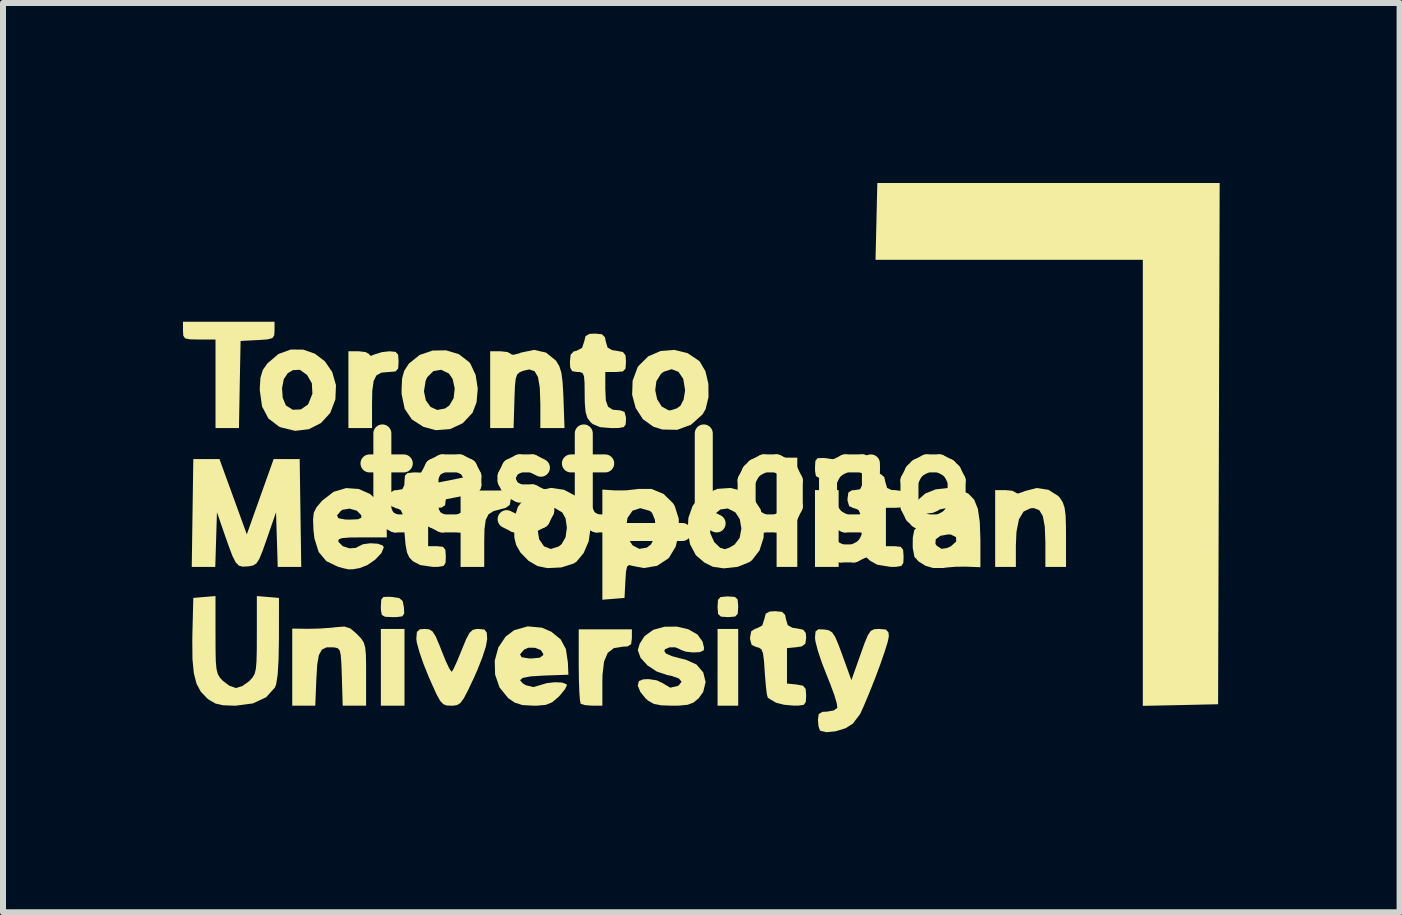
<source format=kicad_pcb>
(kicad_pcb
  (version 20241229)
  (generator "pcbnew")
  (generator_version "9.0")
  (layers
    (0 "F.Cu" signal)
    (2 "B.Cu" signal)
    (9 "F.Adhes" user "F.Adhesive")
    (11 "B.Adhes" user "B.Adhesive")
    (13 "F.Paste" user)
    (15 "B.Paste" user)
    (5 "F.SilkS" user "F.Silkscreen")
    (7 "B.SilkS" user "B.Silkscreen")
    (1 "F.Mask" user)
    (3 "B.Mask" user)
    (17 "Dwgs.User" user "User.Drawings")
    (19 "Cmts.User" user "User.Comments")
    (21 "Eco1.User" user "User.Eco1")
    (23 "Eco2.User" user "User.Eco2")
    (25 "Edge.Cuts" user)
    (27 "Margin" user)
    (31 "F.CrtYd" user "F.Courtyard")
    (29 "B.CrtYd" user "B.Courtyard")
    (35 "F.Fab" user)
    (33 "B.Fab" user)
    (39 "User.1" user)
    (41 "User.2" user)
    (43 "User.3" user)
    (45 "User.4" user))
  (footprint "test_logo"
    (layer "F.Cu")
    (at 8.073 4.996)
    (property "Reference" "test_logo" (at 0 0 0) (layer "F.SilkS") (effects (font (size 1.5 1.5) (thickness 0.3))))
    (attr board_only exclude_from_pos_files exclude_from_bom)
    (fp_poly (pts (xy -4.381 3.077) (xy -4.381 3.716) (xy -4.578 3.716) (xy -4.775 3.716) (xy -4.775 3.077) (xy -4.775 2.437) (xy -4.578 2.437) (xy -4.381 2.437)) (stroke (width 0) (type solid)) (fill yes) (layer "F.SilkS"))
    (fp_poly (pts (xy 1.181 3.077) (xy 1.181 3.716) (xy 1.009 3.716) (xy 0.837 3.716) (xy 0.837 3.077) (xy 0.837 2.437) (xy 1.009 2.437) (xy 1.181 2.437)) (stroke (width 0) (type solid)) (fill yes) (layer "F.SilkS"))
    (fp_poly (pts (xy 2.166 0.492) (xy 2.166 1.403) (xy 1.994 1.403) (xy 1.821 1.403) (xy 1.821 0.492) (xy 1.821 -0.418) (xy 1.994 -0.418) (xy 2.166 -0.418)) (stroke (width 0) (type solid)) (fill yes) (layer "F.SilkS"))
    (fp_poly (pts (xy 2.855 0.763) (xy 2.855 1.403) (xy 2.658 1.403) (xy 2.461 1.403) (xy 2.461 0.763) (xy 2.461 0.123) (xy 2.658 0.123) (xy 2.855 0.123)) (stroke (width 0) (type solid)) (fill yes) (layer "F.SilkS"))
    (fp_poly (pts (xy 9.193 -0.652) (xy 9.18 3.692) (xy 8.553 3.706) (xy 7.925 3.719) (xy 7.925 0.001) (xy 7.925 -3.716) (xy 5.698 -3.716) (xy 3.47 -3.716) (xy 3.485 -4.356) (xy 3.5 -4.996) (xy 6.353 -4.996) (xy 9.206 -4.996)) (stroke (width 0) (type solid)) (fill yes) (layer "F.SilkS"))
    (fp_poly (pts (xy -4.59 1.904) (xy -4.468 1.923) (xy -4.412 1.971) (xy -4.391 2.075) (xy -4.39 2.08) (xy -4.386 2.182) (xy -4.418 2.227) (xy -4.511 2.239) (xy -4.575 2.24) (xy -4.702 2.235) (xy -4.759 2.204) (xy -4.774 2.121) (xy -4.775 2.064) (xy -4.769 1.95) (xy -4.733 1.904) (xy -4.636 1.901)) (stroke (width 0) (type solid)) (fill yes) (layer "F.SilkS"))
    (fp_poly (pts (xy -2.609 0.268) (xy -2.626 0.369) (xy -2.696 0.42) (xy -2.764 0.437) (xy -2.896 0.472) (xy -2.98 0.526) (xy -3.027 0.62) (xy -3.048 0.773) (xy -3.052 0.991) (xy -3.052 1.403) (xy -3.249 1.403) (xy -3.446 1.403) (xy -3.446 0.767) (xy -3.446 0.132) (xy -3.027 0.13) (xy -2.609 0.129)) (stroke (width 0) (type solid)) (fill yes) (layer "F.SilkS"))
    (fp_poly (pts (xy 1.125 1.903) (xy 1.172 1.946) (xy 1.181 2.054) (xy 1.181 2.067) (xy 1.174 2.183) (xy 1.131 2.23) (xy 1.022 2.24) (xy 1.009 2.24) (xy 0.894 2.232) (xy 0.846 2.189) (xy 0.837 2.081) (xy 0.837 2.067) (xy 0.844 1.952) (xy 0.887 1.905) (xy 0.996 1.895) (xy 1.009 1.895)) (stroke (width 0) (type solid)) (fill yes) (layer "F.SilkS"))
    (fp_poly (pts (xy 2.646 -0.409) (xy 2.768 -0.39) (xy 2.824 -0.343) (xy 2.845 -0.239) (xy 2.846 -0.234) (xy 2.85 -0.132) (xy 2.818 -0.086) (xy 2.726 -0.074) (xy 2.661 -0.074) (xy 2.534 -0.079) (xy 2.477 -0.11) (xy 2.462 -0.192) (xy 2.461 -0.249) (xy 2.467 -0.363) (xy 2.503 -0.409) (xy 2.6 -0.413)) (stroke (width 0) (type solid)) (fill yes) (layer "F.SilkS"))
    (fp_poly (pts (xy -6.547 -2.538) (xy -6.552 -2.456) (xy -6.583 -2.411) (xy -6.663 -2.389) (xy -6.816 -2.378) (xy -6.83 -2.378) (xy -7.113 -2.363) (xy -7.127 -1.637) (xy -7.14 -0.911) (xy -7.336 -0.911) (xy -7.531 -0.911) (xy -7.531 -1.649) (xy -7.531 -2.387) (xy -7.802 -2.387) (xy -7.957 -2.39) (xy -8.037 -2.406) (xy -8.068 -2.449) (xy -8.073 -2.533) (xy -8.073 -2.535) (xy -8.073 -2.683) (xy -7.31 -2.683) (xy -6.547 -2.683)) (stroke (width 0) (type solid)) (fill yes) (layer "F.SilkS"))
    (fp_poly (pts (xy -0.591 2.588) (xy -0.603 2.69) (xy -0.662 2.728) (xy -0.738 2.732) (xy -0.89 2.756) (xy -0.993 2.835) (xy -1.055 2.981) (xy -1.081 3.205) (xy -1.083 3.323) (xy -1.083 3.716) (xy -1.247 3.716) (xy -1.369 3.707) (xy -1.442 3.686) (xy -1.444 3.684) (xy -1.457 3.624) (xy -1.467 3.487) (xy -1.474 3.291) (xy -1.477 3.058) (xy -1.477 3.047) (xy -1.477 2.444) (xy -1.034 2.444) (xy -0.591 2.444)) (stroke (width 0) (type solid)) (fill yes) (layer "F.SilkS"))
    (fp_poly (pts (xy -5.03 -2.178) (xy -4.973 -2.146) (xy -4.972 -2.14) (xy -4.942 -2.114) (xy -4.876 -2.14) (xy -4.757 -2.177) (xy -4.63 -2.191) (xy -4.529 -2.181) (xy -4.487 -2.133) (xy -4.479 -2.018) (xy -4.487 -1.903) (xy -4.53 -1.855) (xy -4.635 -1.846) (xy -4.642 -1.846) (xy -4.767 -1.835) (xy -4.849 -1.789) (xy -4.896 -1.694) (xy -4.918 -1.531) (xy -4.922 -1.319) (xy -4.922 -0.911) (xy -5.119 -0.911) (xy -5.316 -0.911) (xy -5.316 -1.551) (xy -5.316 -2.191) (xy -5.144 -2.191)) (stroke (width 0) (type solid)) (fill yes) (layer "F.SilkS"))
    (fp_poly (pts (xy -7.237 0.233) (xy -7.009 0.86) (xy -6.786 0.233) (xy -6.562 -0.394) (xy -6.345 -0.394) (xy -6.128 -0.394) (xy -6.115 0.505) (xy -6.102 1.403) (xy -6.298 1.403) (xy -6.494 1.403) (xy -6.508 0.948) (xy -6.522 0.492) (xy -6.675 0.935) (xy -6.748 1.141) (xy -6.802 1.272) (xy -6.85 1.345) (xy -6.904 1.379) (xy -6.977 1.393) (xy -6.99 1.394) (xy -7.077 1.399) (xy -7.141 1.382) (xy -7.195 1.327) (xy -7.249 1.221) (xy -7.314 1.047) (xy -7.371 0.886) (xy -7.507 0.492) (xy -7.521 0.948) (xy -7.535 1.403) (xy -7.731 1.403) (xy -7.927 1.403) (xy -7.914 0.505) (xy -7.901 -0.394) (xy -7.683 -0.394) (xy -7.465 -0.394)) (stroke (width 0) (type solid)) (fill yes) (layer "F.SilkS"))
    (fp_poly (pts (xy -5.284 2.428) (xy -5.178 2.518) (xy -5.17 2.526) (xy -5.104 2.596) (xy -5.061 2.661) (xy -5.036 2.745) (xy -5.024 2.87) (xy -5.021 3.058) (xy -5.021 3.196) (xy -5.021 3.716) (xy -5.216 3.716) (xy -5.411 3.716) (xy -5.425 3.237) (xy -5.433 3.016) (xy -5.443 2.876) (xy -5.461 2.796) (xy -5.493 2.759) (xy -5.542 2.746) (xy -5.562 2.744) (xy -5.679 2.744) (xy -5.758 2.781) (xy -5.808 2.873) (xy -5.836 3.032) (xy -5.85 3.272) (xy -5.868 3.716) (xy -6.06 3.716) (xy -6.252 3.716) (xy -6.252 3.074) (xy -6.252 2.431) (xy -5.993 2.435) (xy -5.793 2.43) (xy -5.593 2.416) (xy -5.527 2.408) (xy -5.383 2.397)) (stroke (width 0) (type solid)) (fill yes) (layer "F.SilkS"))
    (fp_poly (pts (xy 6.353 0.118) (xy 6.516 0.222) (xy 6.545 0.255) (xy 6.591 0.327) (xy 6.621 0.416) (xy 6.638 0.543) (xy 6.644 0.733) (xy 6.645 0.893) (xy 6.645 1.403) (xy 6.473 1.403) (xy 6.301 1.403) (xy 6.301 0.994) (xy 6.291 0.733) (xy 6.259 0.558) (xy 6.2 0.458) (xy 6.11 0.423) (xy 6.053 0.426) (xy 5.938 0.48) (xy 5.861 0.608) (xy 5.819 0.817) (xy 5.809 1.046) (xy 5.809 1.403) (xy 5.636 1.403) (xy 5.464 1.403) (xy 5.464 0.763) (xy 5.464 0.123) (xy 5.636 0.123) (xy 5.75 0.134) (xy 5.807 0.163) (xy 5.809 0.169) (xy 5.846 0.18) (xy 5.939 0.148) (xy 5.959 0.139) (xy 6.156 0.088)) (stroke (width 0) (type solid)) (fill yes) (layer "F.SilkS"))
    (fp_poly (pts (xy -2.021 -2.169) (xy -1.86 -2.038) (xy -1.85 -2.025) (xy -1.8 -1.941) (xy -1.766 -1.833) (xy -1.746 -1.678) (xy -1.733 -1.453) (xy -1.731 -1.399) (xy -1.714 -0.911) (xy -1.915 -0.911) (xy -2.117 -0.911) (xy -2.117 -1.32) (xy -2.126 -1.584) (xy -2.156 -1.761) (xy -2.213 -1.859) (xy -2.3 -1.888) (xy -2.395 -1.868) (xy -2.461 -1.842) (xy -2.503 -1.804) (xy -2.527 -1.735) (xy -2.54 -1.613) (xy -2.548 -1.417) (xy -2.549 -1.365) (xy -2.563 -0.911) (xy -2.758 -0.911) (xy -2.953 -0.911) (xy -2.953 -1.551) (xy -2.953 -2.191) (xy -2.781 -2.191) (xy -2.667 -2.179) (xy -2.61 -2.15) (xy -2.609 -2.144) (xy -2.57 -2.131) (xy -2.471 -2.156) (xy -2.436 -2.17) (xy -2.22 -2.214)) (stroke (width 0) (type solid)) (fill yes) (layer "F.SilkS"))
    (fp_poly (pts (xy -6.07 -2.219) (xy -5.875 -2.151) (xy -5.708 -2.024) (xy -5.586 -1.846) (xy -5.523 -1.626) (xy -5.533 -1.389) (xy -5.619 -1.163) (xy -5.773 -0.995) (xy -5.975 -0.892) (xy -6.204 -0.865) (xy -6.443 -0.923) (xy -6.476 -0.938) (xy -6.65 -1.072) (xy -6.755 -1.271) (xy -6.793 -1.54) (xy -6.793 -1.567) (xy -6.793 -1.575) (xy -6.422 -1.575) (xy -6.411 -1.416) (xy -6.359 -1.291) (xy -6.355 -1.286) (xy -6.242 -1.216) (xy -6.108 -1.222) (xy -5.993 -1.302) (xy -5.984 -1.315) (xy -5.916 -1.483) (xy -5.925 -1.657) (xy -6.005 -1.797) (xy -6.125 -1.882) (xy -6.24 -1.877) (xy -6.327 -1.826) (xy -6.393 -1.726) (xy -6.422 -1.575) (xy -6.793 -1.575) (xy -6.782 -1.751) (xy -6.742 -1.88) (xy -6.668 -1.987) (xy -6.483 -2.145) (xy -6.278 -2.22)) (stroke (width 0) (type solid)) (fill yes) (layer "F.SilkS"))
    (fp_poly (pts (xy -3.476 -2.143) (xy -3.304 -2.011) (xy -3.282 -1.983) (xy -3.195 -1.796) (xy -3.16 -1.568) (xy -3.18 -1.34) (xy -3.247 -1.166) (xy -3.41 -0.992) (xy -3.621 -0.894) (xy -3.858 -0.876) (xy -4.065 -0.931) (xy -4.259 -1.056) (xy -4.378 -1.232) (xy -4.428 -1.472) (xy -4.429 -1.523) (xy -4.057 -1.523) (xy -4.025 -1.372) (xy -3.946 -1.263) (xy -3.835 -1.213) (xy -3.707 -1.237) (xy -3.634 -1.287) (xy -3.562 -1.411) (xy -3.544 -1.573) (xy -3.579 -1.73) (xy -3.641 -1.82) (xy -3.77 -1.883) (xy -3.9 -1.86) (xy -4.002 -1.759) (xy -4.028 -1.702) (xy -4.057 -1.523) (xy -4.429 -1.523) (xy -4.43 -1.553) (xy -4.421 -1.738) (xy -4.386 -1.865) (xy -4.314 -1.976) (xy -4.304 -1.989) (xy -4.128 -2.13) (xy -3.914 -2.203) (xy -3.688 -2.207)) (stroke (width 0) (type solid)) (fill yes) (layer "F.SilkS"))
    (fp_poly (pts (xy 0.337 -2.16) (xy 0.528 -2.032) (xy 0.542 -2.017) (xy 0.635 -1.858) (xy 0.684 -1.649) (xy 0.686 -1.427) (xy 0.639 -1.23) (xy 0.587 -1.139) (xy 0.395 -0.967) (xy 0.165 -0.882) (xy -0.084 -0.887) (xy -0.233 -0.934) (xy -0.408 -1.06) (xy -0.528 -1.246) (xy -0.587 -1.468) (xy -0.584 -1.542) (xy -0.202 -1.542) (xy -0.17 -1.392) (xy -0.094 -1.271) (xy 0.016 -1.209) (xy 0.049 -1.206) (xy 0.158 -1.239) (xy 0.218 -1.283) (xy 0.271 -1.385) (xy 0.295 -1.532) (xy 0.295 -1.551) (xy 0.265 -1.731) (xy 0.186 -1.848) (xy 0.072 -1.892) (xy -0.058 -1.851) (xy -0.107 -1.814) (xy -0.183 -1.692) (xy -0.202 -1.542) (xy -0.584 -1.542) (xy -0.579 -1.7) (xy -0.498 -1.919) (xy -0.478 -1.949) (xy -0.318 -2.107) (xy -0.112 -2.196) (xy 0.115 -2.214)) (stroke (width 0) (type solid)) (fill yes) (layer "F.SilkS"))
    (fp_poly (pts (xy 1.264 0.143) (xy 1.439 0.268) (xy 1.555 0.445) (xy 1.613 0.679) (xy 1.604 0.916) (xy 1.536 1.129) (xy 1.412 1.29) (xy 1.37 1.322) (xy 1.172 1.402) (xy 0.939 1.427) (xy 0.755 1.4) (xy 0.618 1.33) (xy 0.487 1.219) (xy 0.472 1.202) (xy 0.379 1.027) (xy 0.342 0.827) (xy 0.714 0.827) (xy 0.72 0.853) (xy 0.782 0.99) (xy 0.881 1.085) (xy 0.958 1.108) (xy 1.036 1.081) (xy 1.121 1.031) (xy 1.205 0.919) (xy 1.234 0.764) (xy 1.207 0.606) (xy 1.134 0.494) (xy 1.007 0.429) (xy 0.884 0.446) (xy 0.781 0.529) (xy 0.719 0.661) (xy 0.714 0.827) (xy 0.342 0.827) (xy 0.338 0.809) (xy 0.351 0.585) (xy 0.418 0.394) (xy 0.447 0.35) (xy 0.626 0.189) (xy 0.836 0.102) (xy 1.056 0.087)) (stroke (width 0) (type solid)) (fill yes) (layer "F.SilkS"))
    (fp_poly (pts (xy -1.724 0.117) (xy -1.533 0.218) (xy -1.384 0.381) (xy -1.296 0.599) (xy -1.28 0.758) (xy -1.311 0.976) (xy -1.395 1.172) (xy -1.515 1.316) (xy -1.561 1.346) (xy -1.766 1.412) (xy -1.999 1.423) (xy -2.164 1.389) (xy -2.313 1.302) (xy -2.444 1.168) (xy -2.452 1.157) (xy -2.52 1.037) (xy -2.55 0.916) (xy -2.552 0.763) (xy -2.166 0.763) (xy -2.136 0.943) (xy -2.056 1.06) (xy -1.943 1.104) (xy -1.812 1.063) (xy -1.764 1.026) (xy -1.697 0.91) (xy -1.674 0.75) (xy -1.697 0.593) (xy -1.751 0.496) (xy -1.876 0.422) (xy -1.998 0.433) (xy -2.098 0.518) (xy -2.157 0.665) (xy -2.166 0.763) (xy -2.552 0.763) (xy -2.552 0.751) (xy -2.548 0.694) (xy -2.528 0.517) (xy -2.49 0.401) (xy -2.417 0.307) (xy -2.374 0.266) (xy -2.162 0.133) (xy -1.939 0.086)) (stroke (width 0) (type solid)) (fill yes) (layer "F.SilkS"))
    (fp_poly (pts (xy -0.264 0.103) (xy -0.061 0.188) (xy 0.097 0.344) (xy 0.123 0.388) (xy 0.19 0.599) (xy 0.194 0.837) (xy 0.139 1.065) (xy 0.029 1.248) (xy 0.016 1.262) (xy -0.172 1.385) (xy -0.393 1.422) (xy -0.576 1.387) (xy -0.637 1.372) (xy -0.671 1.397) (xy -0.689 1.48) (xy -0.699 1.634) (xy -0.714 1.92) (xy -0.898 1.935) (xy -1.083 1.95) (xy -1.083 1.032) (xy -1.083 0.75) (xy -0.689 0.75) (xy -0.658 0.924) (xy -0.578 1.045) (xy -0.467 1.102) (xy -0.343 1.082) (xy -0.274 1.03) (xy -0.216 0.92) (xy -0.194 0.77) (xy -0.207 0.618) (xy -0.255 0.502) (xy -0.292 0.469) (xy -0.452 0.424) (xy -0.58 0.466) (xy -0.664 0.587) (xy -0.689 0.75) (xy -1.083 0.75) (xy -1.083 0.114) (xy -0.874 0.128) (xy -0.689 0.127) (xy -0.508 0.107) (xy -0.485 0.103)) (stroke (width 0) (type solid)) (fill yes) (layer "F.SilkS"))
    (fp_poly (pts (xy -6.658 1.904) (xy -6.473 1.92) (xy -6.474 2.609) (xy -6.48 2.951) (xy -6.495 3.2) (xy -6.52 3.358) (xy -6.539 3.411) (xy -6.686 3.575) (xy -6.906 3.678) (xy -7.194 3.716) (xy -7.22 3.716) (xy -7.407 3.709) (xy -7.533 3.68) (xy -7.638 3.619) (xy -7.674 3.59) (xy -7.776 3.483) (xy -7.847 3.351) (xy -7.892 3.177) (xy -7.915 2.943) (xy -7.918 2.635) (xy -7.916 2.51) (xy -7.901 1.92) (xy -7.716 1.904) (xy -7.531 1.889) (xy -7.531 2.534) (xy -7.53 2.798) (xy -7.526 2.983) (xy -7.514 3.107) (xy -7.493 3.188) (xy -7.459 3.247) (xy -7.411 3.3) (xy -7.299 3.384) (xy -7.192 3.421) (xy -7.187 3.421) (xy -7.082 3.388) (xy -6.969 3.307) (xy -6.963 3.3) (xy -6.914 3.246) (xy -6.88 3.188) (xy -6.859 3.106) (xy -6.848 2.981) (xy -6.843 2.796) (xy -6.842 2.534) (xy -6.842 1.889)) (stroke (width 0) (type solid)) (fill yes) (layer "F.SilkS"))
    (fp_poly (pts (xy -3.049 2.447) (xy -3.01 2.498) (xy -3.003 2.605) (xy -3.024 2.727) (xy -3.083 2.91) (xy -3.169 3.128) (xy -3.221 3.245) (xy -3.32 3.455) (xy -3.391 3.591) (xy -3.447 3.669) (xy -3.502 3.705) (xy -3.568 3.716) (xy -3.604 3.716) (xy -3.678 3.713) (xy -3.735 3.691) (xy -3.787 3.635) (xy -3.846 3.529) (xy -3.924 3.356) (xy -3.977 3.237) (xy -4.064 3.02) (xy -4.133 2.82) (xy -4.176 2.663) (xy -4.184 2.597) (xy -4.174 2.486) (xy -4.125 2.443) (xy -4.043 2.437) (xy -3.969 2.444) (xy -3.914 2.479) (xy -3.862 2.56) (xy -3.799 2.707) (xy -3.762 2.802) (xy -3.694 2.97) (xy -3.636 3.093) (xy -3.598 3.149) (xy -3.592 3.15) (xy -3.561 3.098) (xy -3.506 2.978) (xy -3.438 2.814) (xy -3.426 2.784) (xy -3.353 2.606) (xy -3.297 2.502) (xy -3.243 2.452) (xy -3.175 2.437) (xy -3.146 2.437)) (stroke (width 0) (type solid)) (fill yes) (layer "F.SilkS"))
    (fp_poly (pts (xy 3.642 2.447) (xy 3.686 2.495) (xy 3.692 2.559) (xy 3.674 2.65) (xy 3.624 2.811) (xy 3.552 3.02) (xy 3.464 3.256) (xy 3.368 3.498) (xy 3.273 3.724) (xy 3.212 3.858) (xy 3.091 4.016) (xy 2.971 4.092) (xy 2.804 4.143) (xy 2.653 4.158) (xy 2.552 4.134) (xy 2.543 4.127) (xy 2.519 4.058) (xy 2.51 3.954) (xy 2.523 3.856) (xy 2.583 3.819) (xy 2.66 3.815) (xy 2.773 3.796) (xy 2.833 3.752) (xy 2.825 3.682) (xy 2.785 3.545) (xy 2.718 3.361) (xy 2.659 3.214) (xy 2.575 2.999) (xy 2.509 2.801) (xy 2.469 2.647) (xy 2.461 2.585) (xy 2.47 2.479) (xy 2.518 2.442) (xy 2.615 2.446) (xy 2.69 2.459) (xy 2.747 2.494) (xy 2.797 2.569) (xy 2.854 2.703) (xy 2.918 2.876) (xy 3.068 3.291) (xy 3.219 2.864) (xy 3.291 2.663) (xy 3.344 2.538) (xy 3.391 2.47) (xy 3.445 2.442) (xy 3.518 2.437) (xy 3.531 2.437)) (stroke (width 0) (type solid)) (fill yes) (layer "F.SilkS"))
    (fp_poly (pts (xy -4.058 -0.166) (xy -4.002 -0.135) (xy -3.988 -0.056) (xy -3.987 -0.025) (xy -3.975 0.08) (xy -3.917 0.119) (xy -3.84 0.123) (xy -3.735 0.135) (xy -3.696 0.193) (xy -3.692 0.271) (xy -3.704 0.375) (xy -3.762 0.414) (xy -3.84 0.418) (xy -3.987 0.418) (xy -3.987 0.738) (xy -3.987 1.058) (xy -3.84 1.058) (xy -3.74 1.068) (xy -3.7 1.117) (xy -3.692 1.231) (xy -3.697 1.337) (xy -3.73 1.387) (xy -3.818 1.402) (xy -3.908 1.403) (xy -4.12 1.372) (xy -4.24 1.309) (xy -4.301 1.246) (xy -4.34 1.161) (xy -4.364 1.029) (xy -4.381 0.829) (xy -4.396 0.635) (xy -4.414 0.518) (xy -4.443 0.457) (xy -4.49 0.432) (xy -4.516 0.427) (xy -4.599 0.391) (xy -4.626 0.298) (xy -4.627 0.267) (xy -4.613 0.163) (xy -4.554 0.126) (xy -4.504 0.123) (xy -4.416 0.107) (xy -4.384 0.04) (xy -4.381 -0.025) (xy -4.373 -0.119) (xy -4.331 -0.161) (xy -4.226 -0.172) (xy -4.184 -0.172)) (stroke (width 0) (type solid)) (fill yes) (layer "F.SilkS"))
    (fp_poly (pts (xy 1.912 2.152) (xy 1.963 2.202) (xy 1.978 2.277) (xy 2.007 2.374) (xy 2.083 2.417) (xy 2.154 2.427) (xy 2.265 2.45) (xy 2.308 2.507) (xy 2.314 2.584) (xy 2.3 2.684) (xy 2.24 2.728) (xy 2.154 2.741) (xy 1.994 2.757) (xy 1.994 3.052) (xy 1.994 3.347) (xy 2.154 3.363) (xy 2.262 3.383) (xy 2.306 3.438) (xy 2.314 3.547) (xy 2.308 3.653) (xy 2.274 3.702) (xy 2.182 3.715) (xy 2.104 3.715) (xy 1.948 3.701) (xy 1.819 3.669) (xy 1.797 3.658) (xy 1.709 3.606) (xy 1.674 3.582) (xy 1.659 3.527) (xy 1.643 3.397) (xy 1.628 3.219) (xy 1.624 3.159) (xy 1.61 2.96) (xy 1.593 2.838) (xy 1.565 2.774) (xy 1.522 2.747) (xy 1.489 2.741) (xy 1.406 2.704) (xy 1.379 2.608) (xy 1.378 2.584) (xy 1.398 2.476) (xy 1.47 2.431) (xy 1.489 2.428) (xy 1.581 2.381) (xy 1.615 2.277) (xy 1.64 2.183) (xy 1.705 2.147) (xy 1.797 2.141)) (stroke (width 0) (type solid)) (fill yes) (layer "F.SilkS"))
    (fp_poly (pts (xy 3.433 -0.163) (xy 3.558 -0.143) (xy 3.615 -0.094) (xy 3.634 -0.012) (xy 3.662 0.086) (xy 3.737 0.121) (xy 3.794 0.123) (xy 3.896 0.136) (xy 3.934 0.194) (xy 3.938 0.271) (xy 3.926 0.375) (xy 3.868 0.414) (xy 3.79 0.418) (xy 3.643 0.418) (xy 3.643 0.738) (xy 3.643 1.058) (xy 3.79 1.058) (xy 3.89 1.068) (xy 3.93 1.117) (xy 3.938 1.231) (xy 3.933 1.338) (xy 3.9 1.387) (xy 3.811 1.402) (xy 3.723 1.403) (xy 3.497 1.366) (xy 3.381 1.302) (xy 3.315 1.241) (xy 3.275 1.167) (xy 3.253 1.054) (xy 3.241 0.875) (xy 3.239 0.823) (xy 3.229 0.63) (xy 3.214 0.515) (xy 3.187 0.456) (xy 3.141 0.432) (xy 3.113 0.427) (xy 3.031 0.391) (xy 3.003 0.298) (xy 3.003 0.267) (xy 3.017 0.163) (xy 3.076 0.126) (xy 3.126 0.123) (xy 3.213 0.108) (xy 3.246 0.041) (xy 3.249 -0.028) (xy 3.256 -0.125) (xy 3.297 -0.164) (xy 3.4 -0.166)) (stroke (width 0) (type solid)) (fill yes) (layer "F.SilkS"))
    (fp_poly (pts (xy -1.091 -2.475) (xy -1.04 -2.425) (xy -1.025 -2.35) (xy -0.996 -2.253) (xy -0.92 -2.21) (xy -0.849 -2.2) (xy -0.741 -2.179) (xy -0.697 -2.124) (xy -0.689 -2.015) (xy -0.697 -1.902) (xy -0.741 -1.855) (xy -0.85 -1.846) (xy -0.861 -1.846) (xy -1.034 -1.846) (xy -1.034 -1.556) (xy -1.025 -1.372) (xy -0.988 -1.266) (xy -0.909 -1.217) (xy -0.784 -1.206) (xy -0.714 -1.181) (xy -0.69 -1.09) (xy -0.689 -1.058) (xy -0.695 -0.971) (xy -0.728 -0.927) (xy -0.814 -0.912) (xy -0.935 -0.911) (xy -1.121 -0.926) (xy -1.244 -0.978) (xy -1.28 -1.009) (xy -1.333 -1.08) (xy -1.363 -1.179) (xy -1.376 -1.331) (xy -1.378 -1.477) (xy -1.38 -1.665) (xy -1.389 -1.775) (xy -1.413 -1.828) (xy -1.458 -1.845) (xy -1.501 -1.846) (xy -1.585 -1.859) (xy -1.619 -1.918) (xy -1.624 -2.015) (xy -1.612 -2.134) (xy -1.562 -2.188) (xy -1.514 -2.199) (xy -1.422 -2.247) (xy -1.387 -2.35) (xy -1.363 -2.444) (xy -1.298 -2.481) (xy -1.206 -2.486)) (stroke (width 0) (type solid)) (fill yes) (layer "F.SilkS"))
    (fp_poly (pts (xy -2.091 2.416) (xy -1.935 2.483) (xy -1.778 2.611) (xy -1.691 2.772) (xy -1.658 2.993) (xy -1.649 3.2) (xy -2.055 3.214) (xy -2.282 3.228) (xy -2.414 3.254) (xy -2.455 3.292) (xy -2.408 3.345) (xy -2.357 3.375) (xy -2.232 3.406) (xy -2.133 3.377) (xy -2.009 3.34) (xy -1.871 3.325) (xy -1.75 3.331) (xy -1.68 3.359) (xy -1.674 3.376) (xy -1.706 3.441) (xy -1.786 3.54) (xy -1.818 3.573) (xy -1.919 3.659) (xy -2.024 3.702) (xy -2.174 3.716) (xy -2.232 3.716) (xy -2.415 3.706) (xy -2.544 3.665) (xy -2.653 3.59) (xy -2.797 3.412) (xy -2.871 3.196) (xy -2.877 2.967) (xy -2.848 2.86) (xy -2.455 2.86) (xy -2.429 2.908) (xy -2.311 2.928) (xy -2.264 2.929) (xy -2.127 2.916) (xy -2.071 2.875) (xy -2.067 2.856) (xy -2.109 2.789) (xy -2.206 2.751) (xy -2.318 2.75) (xy -2.388 2.782) (xy -2.455 2.86) (xy -2.848 2.86) (xy -2.818 2.748) (xy -2.695 2.564) (xy -2.555 2.459) (xy -2.328 2.394)) (stroke (width 0) (type solid)) (fill yes) (layer "F.SilkS"))
    (fp_poly (pts (xy -5.145 0.104) (xy -4.955 0.187) (xy -4.801 0.333) (xy -4.703 0.533) (xy -4.677 0.726) (xy -4.676 0.911) (xy -5.093 0.911) (xy -5.297 0.913) (xy -5.419 0.923) (xy -5.476 0.943) (xy -5.485 0.976) (xy -5.482 0.985) (xy -5.411 1.057) (xy -5.297 1.094) (xy -5.188 1.085) (xy -5.155 1.065) (xy -5.072 1.025) (xy -4.952 1.009) (xy -4.83 1.016) (xy -4.745 1.045) (xy -4.726 1.076) (xy -4.766 1.173) (xy -4.868 1.281) (xy -5.001 1.373) (xy -5.126 1.422) (xy -5.238 1.442) (xy -5.314 1.444) (xy -5.405 1.424) (xy -5.491 1.4) (xy -5.684 1.307) (xy -5.812 1.154) (xy -5.882 0.93) (xy -5.898 0.791) (xy -5.905 0.616) (xy -5.898 0.544) (xy -5.506 0.544) (xy -5.483 0.592) (xy -5.367 0.613) (xy -5.293 0.615) (xy -5.157 0.609) (xy -5.101 0.584) (xy -5.102 0.541) (xy -5.176 0.466) (xy -5.295 0.432) (xy -5.412 0.45) (xy -5.44 0.468) (xy -5.506 0.544) (xy -5.898 0.544) (xy -5.893 0.502) (xy -5.85 0.413) (xy -5.765 0.312) (xy -5.752 0.297) (xy -5.562 0.151) (xy -5.354 0.089)) (stroke (width 0) (type solid)) (fill yes) (layer "F.SilkS"))
    (fp_poly (pts (xy 4.882 0.12) (xy 5.018 0.182) (xy 5.114 0.282) (xy 5.176 0.436) (xy 5.208 0.658) (xy 5.218 0.961) (xy 5.218 1.408) (xy 4.984 1.399) (xy 4.807 1.4) (xy 4.645 1.414) (xy 4.603 1.421) (xy 4.43 1.421) (xy 4.302 1.384) (xy 4.188 1.313) (xy 4.119 1.236) (xy 4.118 1.232) (xy 4.09 1.086) (xy 4.09 1.018) (xy 4.468 1.018) (xy 4.49 1.05) (xy 4.57 1.102) (xy 4.664 1.088) (xy 4.729 1.057) (xy 4.815 0.979) (xy 4.812 0.907) (xy 4.726 0.864) (xy 4.682 0.861) (xy 4.551 0.885) (xy 4.474 0.943) (xy 4.468 1.018) (xy 4.09 1.018) (xy 4.091 0.913) (xy 4.116 0.79) (xy 4.201 0.691) (xy 4.353 0.614) (xy 4.544 0.571) (xy 4.629 0.566) (xy 4.766 0.555) (xy 4.814 0.52) (xy 4.812 0.505) (xy 4.749 0.447) (xy 4.642 0.425) (xy 4.539 0.445) (xy 4.513 0.463) (xy 4.43 0.501) (xy 4.302 0.517) (xy 4.297 0.517) (xy 4.182 0.504) (xy 4.138 0.456) (xy 4.135 0.42) (xy 4.179 0.286) (xy 4.299 0.18) (xy 4.47 0.111) (xy 4.672 0.088)) (stroke (width 0) (type solid)) (fill yes) (layer "F.SilkS"))
    (fp_poly (pts (xy 0.349 2.442) (xy 0.503 2.531) (xy 0.587 2.648) (xy 0.611 2.747) (xy 0.607 2.794) (xy 0.542 2.823) (xy 0.426 2.829) (xy 0.303 2.815) (xy 0.217 2.781) (xy 0.212 2.777) (xy 0.134 2.743) (xy 0.036 2.744) (xy -0.038 2.775) (xy -0.051 2.806) (xy -0.021 2.848) (xy 0.075 2.89) (xy 0.251 2.937) (xy 0.309 2.95) (xy 0.486 3.03) (xy 0.599 3.162) (xy 0.638 3.323) (xy 0.597 3.489) (xy 0.519 3.596) (xy 0.436 3.664) (xy 0.338 3.701) (xy 0.193 3.715) (xy 0.083 3.716) (xy -0.103 3.71) (xy -0.226 3.686) (xy -0.319 3.633) (xy -0.362 3.596) (xy -0.45 3.487) (xy -0.492 3.384) (xy -0.492 3.374) (xy -0.474 3.306) (xy -0.403 3.277) (xy -0.316 3.273) (xy -0.177 3.293) (xy -0.073 3.342) (xy -0.067 3.347) (xy 0.048 3.416) (xy 0.171 3.388) (xy 0.191 3.377) (xy 0.237 3.317) (xy 0.192 3.262) (xy 0.061 3.217) (xy -0.004 3.205) (xy -0.176 3.147) (xy -0.332 3.044) (xy -0.446 2.918) (xy -0.492 2.791) (xy -0.492 2.788) (xy -0.461 2.684) (xy -0.386 2.565) (xy -0.379 2.556) (xy -0.235 2.452) (xy -0.048 2.4) (xy 0.156 2.398)) (stroke (width 0) (type solid)) (fill yes) (layer "F.SilkS")))
  (gr_rect
    (start -3 -3)
    (end 20.278 12.155)
    (stroke (width 0.1) (type default))
    (fill no)
    (layer "Edge.Cuts")))
</source>
